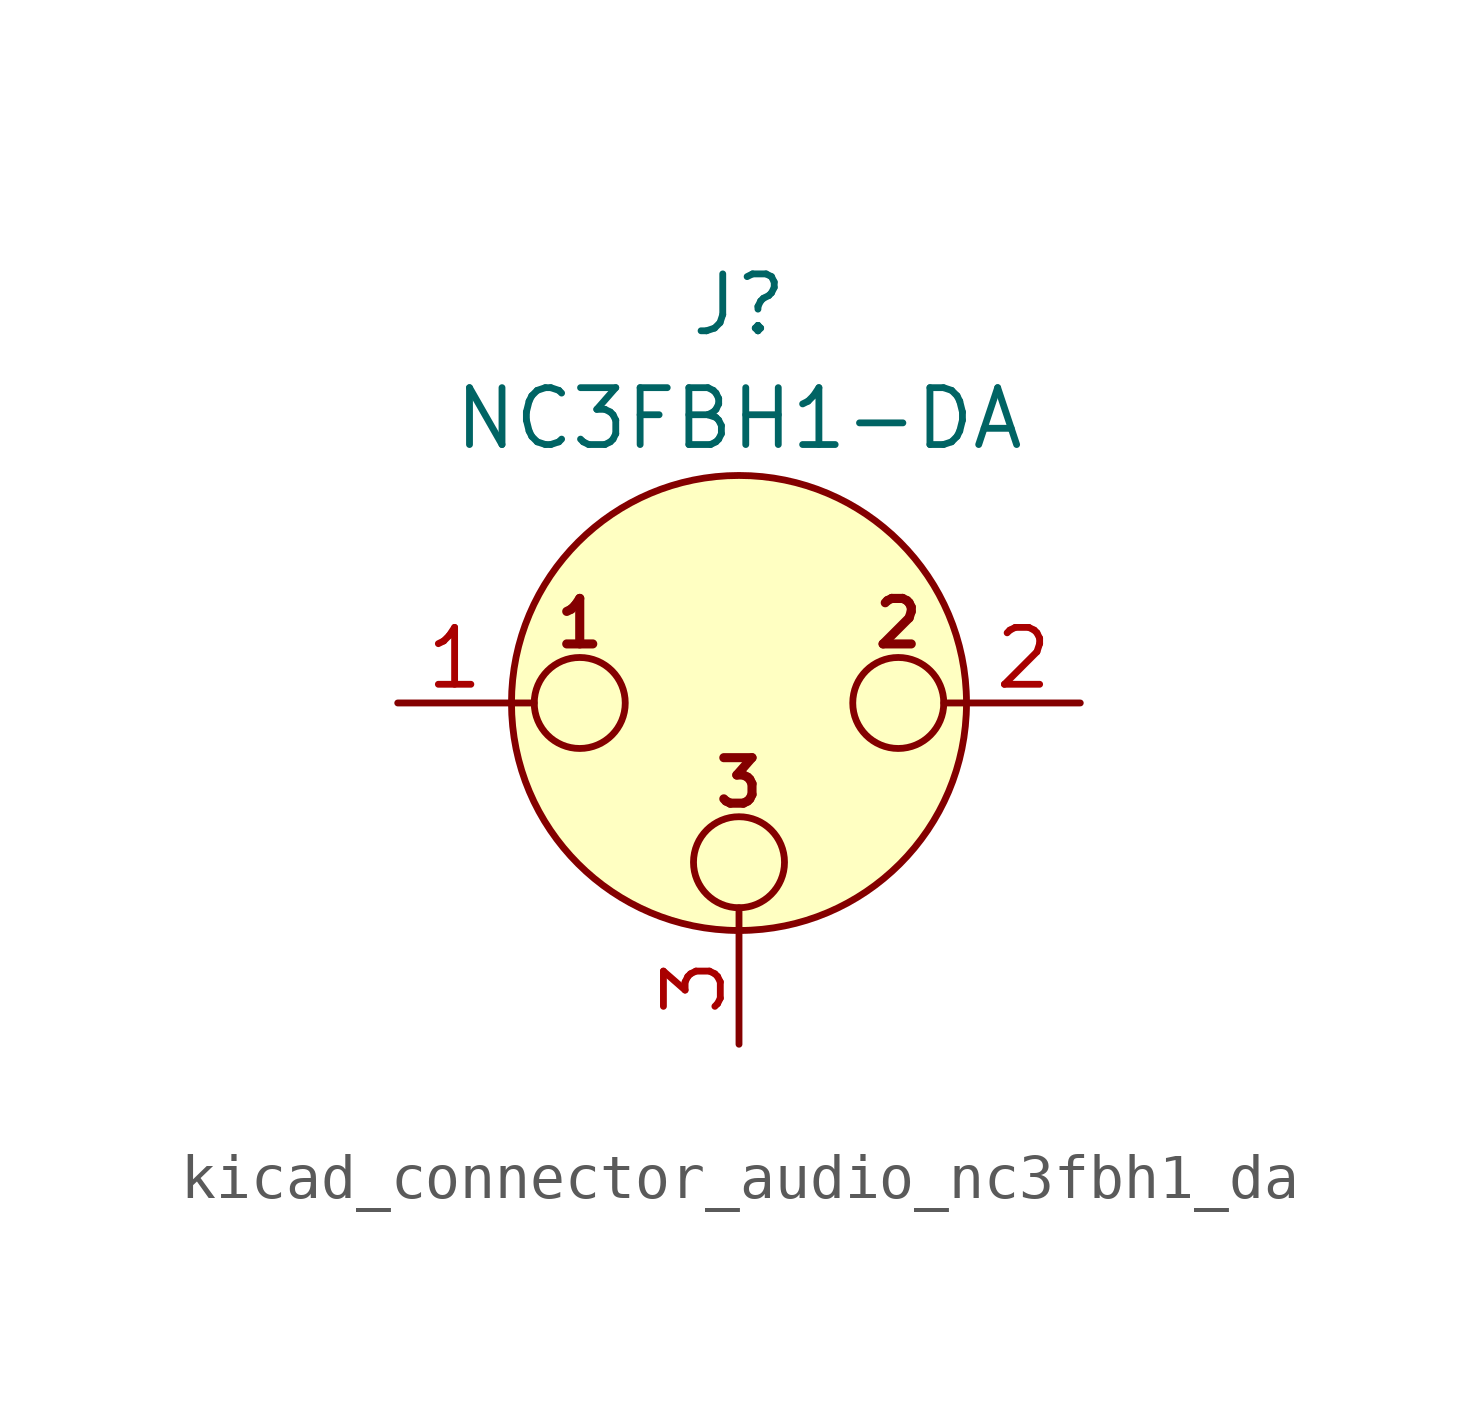
<source format=kicad_sym>
(kicad_symbol_lib
  (version 20220914)
  (generator kicad_symbol_editor)
  (symbol "kicad_connector_audio_nc3fbh1_da"
    (pin_names hide)
    (property "Reference" "J"
      (at 0 8.89 0)
      (effects (font (size 1.27 1.27))))
    (property "Value" "NC3FBH1-DA"
      (at 0 6.35 0)
      (effects (font (size 1.27 1.27))))
    (symbol "kicad_connector_audio_nc3fbh1_da_0_1"
      (circle (center -3.556 0) (radius 1.016) (stroke (width 0) (type default)) (fill (type none)))
      (circle (center 0 -3.556) (radius 1.016) (stroke (width 0) (type default)) (fill (type none)))
      (polyline (pts (xy -5.08 0) (xy -4.572 0)) (stroke (width 0) (type default)) (fill (type none)))
      (polyline (pts (xy 0 -5.08) (xy 0 -4.572)) (stroke (width 0) (type default)) (fill (type none)))
      (polyline (pts (xy 5.08 0) (xy 4.572 0)) (stroke (width 0) (type default)) (fill (type none)))
      (circle (center 0 0) (radius 5.08) (stroke (width 0) (type default)) (fill (type background)))
      (circle (center 3.556 0) (radius 1.016) (stroke (width 0) (type default)) (fill (type none)))
      (text "1" (at -3.556 1.778 0) (effects (font (size 1.016 1.016) bold)))
      (text "2" (at 3.556 1.778 0) (effects (font (size 1.016 1.016) bold)))
      (text "3" (at 0 -1.778 0) (effects (font (size 1.016 1.016) bold)))
      (pin passive line (at -7.62 0 0) (length 2.54) (name "~" (effects (font (size 1.27 1.27)))) (number "1" (effects (font (size 1.27 1.27)))))
      (pin passive line (at 7.62 0 180) (length 2.54) (name "~" (effects (font (size 1.27 1.27)))) (number "2" (effects (font (size 1.27 1.27)))))
      (pin passive line (at 0 -7.62 90) (length 2.54) (name "~" (effects (font (size 1.27 1.27)))) (number "3" (effects (font (size 1.27 1.27))))))))
</source>
